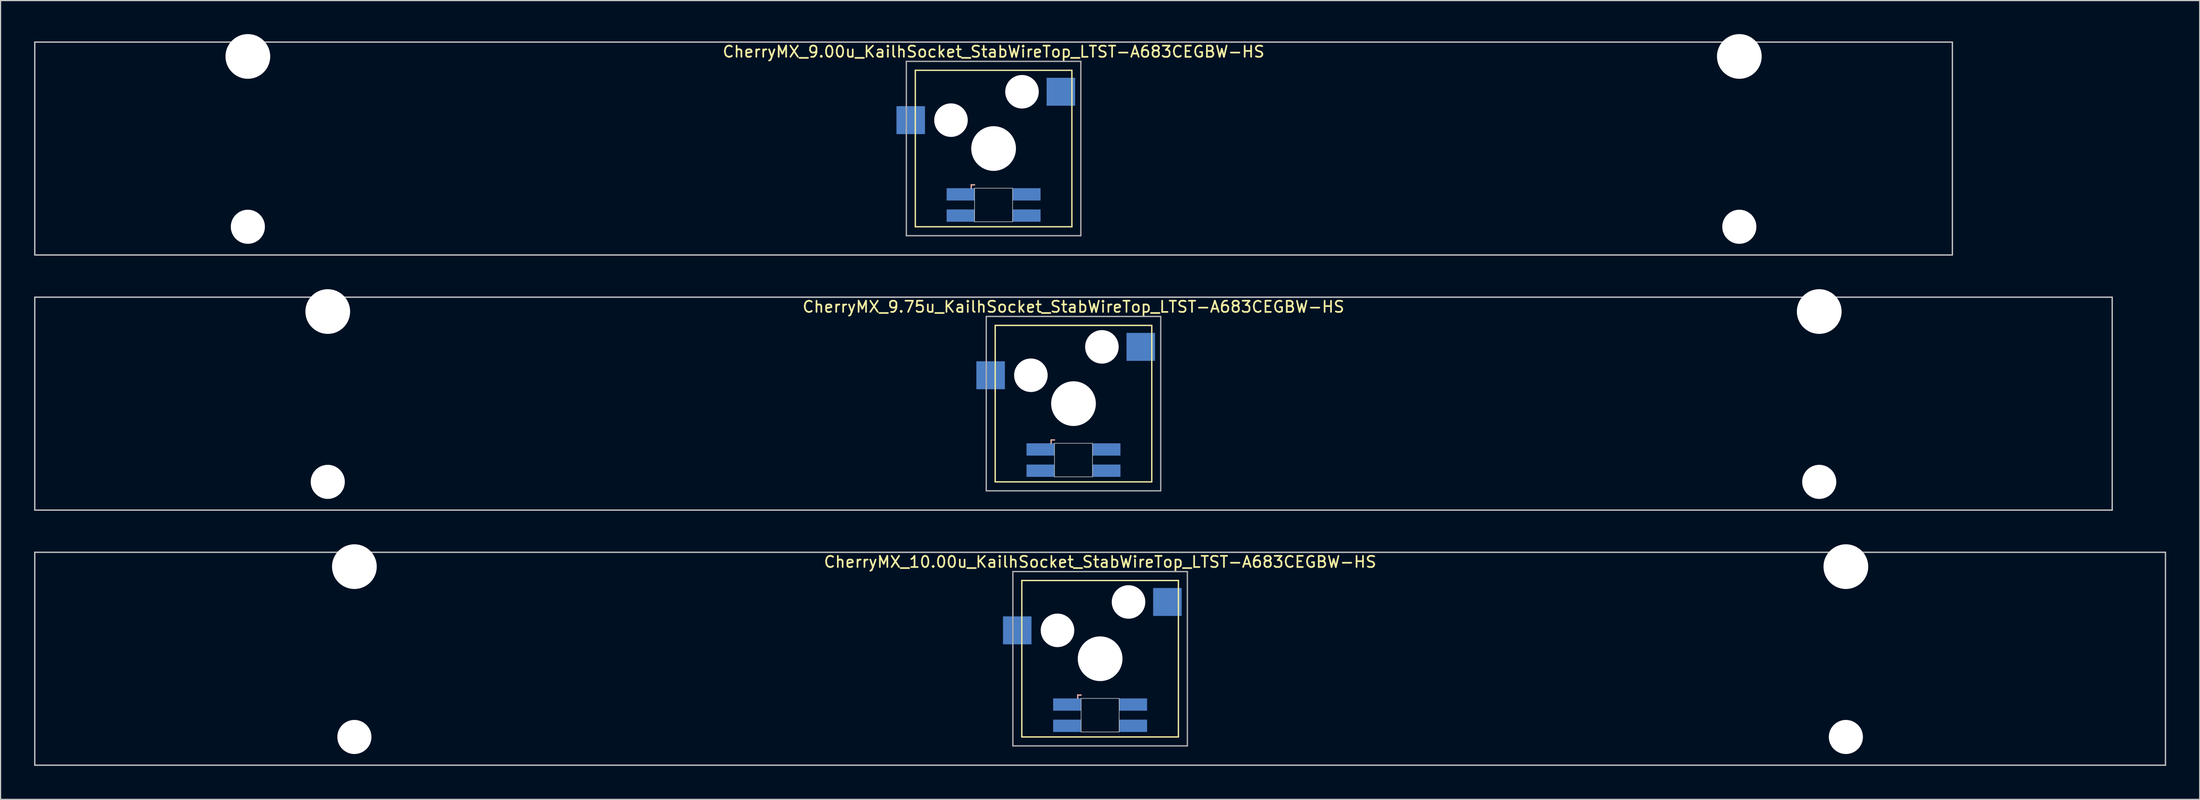
<source format=kicad_pcb>
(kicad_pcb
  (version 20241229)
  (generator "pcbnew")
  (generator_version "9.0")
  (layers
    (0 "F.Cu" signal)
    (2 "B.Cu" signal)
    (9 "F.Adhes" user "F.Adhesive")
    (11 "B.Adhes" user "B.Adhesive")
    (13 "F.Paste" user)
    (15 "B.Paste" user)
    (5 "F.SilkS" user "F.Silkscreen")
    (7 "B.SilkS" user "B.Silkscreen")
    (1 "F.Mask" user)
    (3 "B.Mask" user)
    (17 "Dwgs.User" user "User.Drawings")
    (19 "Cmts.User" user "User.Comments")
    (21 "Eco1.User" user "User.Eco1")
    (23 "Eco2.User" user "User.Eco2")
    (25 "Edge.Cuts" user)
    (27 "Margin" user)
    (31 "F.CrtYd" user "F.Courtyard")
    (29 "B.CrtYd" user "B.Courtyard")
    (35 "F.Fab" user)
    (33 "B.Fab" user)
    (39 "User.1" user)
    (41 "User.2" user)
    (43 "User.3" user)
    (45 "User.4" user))
  (footprint "CherryMX_9.00u_KailhSocket_StabWireTop_LTST-A683CEGBW-HS"
    (layer "F.Cu")
    (at 85.785 10.24)
    (property "Reference" "CherryMX_9.00u_KailhSocket_StabWireTop_LTST-A683CEGBW-HS" (at 0 -8.662 0) (layer "F.SilkS") (effects (font (size 1 1) (thickness 0.15))))
    (attr through_hole)
    (fp_line (start -7 -7) (end -7 7) (stroke (width 0.12) (type solid)) (layer "F.SilkS"))
    (fp_line (start -7 -7) (end 7 -7) (stroke (width 0.12) (type solid)) (layer "F.SilkS"))
    (fp_line (start 7 -7) (end 7 7) (stroke (width 0.12) (type solid)) (layer "F.SilkS"))
    (fp_line (start 7 7) (end -7 7) (stroke (width 0.12) (type solid)) (layer "F.SilkS"))
    (fp_line (start -2 3.25) (end -2 3.55) (stroke (width 0.12) (type solid)) (layer "B.SilkS"))
    (fp_line (start -1.7 3.25) (end -2 3.25) (stroke (width 0.12) (type solid)) (layer "B.SilkS"))
    (fp_line (start -85.725 -9.525) (end 85.725 -9.525) (stroke (width 0.12) (type solid)) (layer "Dwgs.User"))
    (fp_line (start -85.725 9.525) (end -85.725 -9.525) (stroke (width 0.12) (type solid)) (layer "Dwgs.User"))
    (fp_line (start 85.725 -9.525) (end 85.725 9.525) (stroke (width 0.12) (type solid)) (layer "Dwgs.User"))
    (fp_line (start 85.725 9.525) (end -85.725 9.525) (stroke (width 0.12) (type solid)) (layer "Dwgs.User"))
    (fp_line (start -1.7 3.55) (end 1.7 3.55) (stroke (width 0.05) (type solid)) (layer "Edge.Cuts"))
    (fp_line (start -1.7 6.55) (end -1.7 3.55) (stroke (width 0.05) (type solid)) (layer "Edge.Cuts"))
    (fp_line (start 1.7 3.55) (end 1.7 6.55) (stroke (width 0.05) (type solid)) (layer "Edge.Cuts"))
    (fp_line (start 1.7 6.55) (end -1.7 6.55) (stroke (width 0.05) (type solid)) (layer "Edge.Cuts"))
    (fp_line (start -7.8 -7.8) (end -7.8 7.8) (stroke (width 0.12) (type solid)) (layer "F.Fab"))
    (fp_line (start -7.8 -7.8) (end 7.8 -7.8) (stroke (width 0.12) (type solid)) (layer "F.Fab"))
    (fp_line (start -7.8 7.8) (end 7.8 7.8) (stroke (width 0.12) (type solid)) (layer "F.Fab"))
    (fp_line (start 7.8 -7.8) (end 7.8 7.8) (stroke (width 0.12) (type solid)) (layer "F.Fab"))
    (pad "" np_thru_hole circle (at -66.675 -8.24) (size 4 4) (drill 4) (layers "*.Cu" "*.Mask"))
    (pad "" np_thru_hole circle (at -66.675 7) (size 3.05 3.05) (drill 3.05) (layers "*.Cu" "*.Mask"))
    (pad "" np_thru_hole circle (at -3.81 -2.54) (size 3 3) (drill 3) (layers "*.Cu" "*.Mask"))
    (pad "" np_thru_hole circle (at 0 0) (size 4 4) (drill 4) (layers "*.Cu" "*.Mask"))
    (pad "" np_thru_hole circle (at 2.54 -5.08) (size 3 3) (drill 3) (layers "*.Cu" "*.Mask"))
    (pad "" np_thru_hole circle (at 66.675 -8.24) (size 4 4) (drill 4) (layers "*.Cu" "*.Mask"))
    (pad "" np_thru_hole circle (at 66.675 7) (size 3.05 3.05) (drill 3.05) (layers "*.Cu" "*.Mask"))
    (pad "1" smd rect (at -7.41 -2.54) (size 2.55 2.5) (layers "B.Cu" "B.Mask" "B.Paste"))
    (pad "2" smd rect (at 6.015 -5.08) (size 2.55 2.5) (layers "B.Cu" "B.Mask" "B.Paste"))
    (pad "3" smd rect (at -2.95 4.1) (size 2.5 1.1) (layers "B.Cu" "B.Mask" "B.Paste"))
    (pad "4" smd rect (at -2.95 6) (size 2.5 1.1) (layers "B.Cu" "B.Mask" "B.Paste"))
    (pad "5" smd rect (at 2.95 4.1) (size 2.5 1.1) (layers "B.Cu" "B.Mask" "B.Paste"))
    (pad "6" smd rect (at 2.95 6) (size 2.5 1.1) (layers "B.Cu" "B.Mask" "B.Paste")))
  (footprint "CherryMX_9.75u_KailhSocket_StabWireTop_LTST-A683CEGBW-HS"
    (layer "F.Cu")
    (at 92.929 33.065)
    (property "Reference" "CherryMX_9.75u_KailhSocket_StabWireTop_LTST-A683CEGBW-HS" (at 0 -8.662 0) (layer "F.SilkS") (effects (font (size 1 1) (thickness 0.15))))
    (attr through_hole)
    (fp_line (start -7 -7) (end -7 7) (stroke (width 0.12) (type solid)) (layer "F.SilkS"))
    (fp_line (start -7 -7) (end 7 -7) (stroke (width 0.12) (type solid)) (layer "F.SilkS"))
    (fp_line (start 7 -7) (end 7 7) (stroke (width 0.12) (type solid)) (layer "F.SilkS"))
    (fp_line (start 7 7) (end -7 7) (stroke (width 0.12) (type solid)) (layer "F.SilkS"))
    (fp_line (start -2 3.25) (end -2 3.55) (stroke (width 0.12) (type solid)) (layer "B.SilkS"))
    (fp_line (start -1.7 3.25) (end -2 3.25) (stroke (width 0.12) (type solid)) (layer "B.SilkS"))
    (fp_line (start -92.869 -9.525) (end 92.869 -9.525) (stroke (width 0.12) (type solid)) (layer "Dwgs.User"))
    (fp_line (start -92.869 9.525) (end -92.869 -9.525) (stroke (width 0.12) (type solid)) (layer "Dwgs.User"))
    (fp_line (start 92.869 -9.525) (end 92.869 9.525) (stroke (width 0.12) (type solid)) (layer "Dwgs.User"))
    (fp_line (start 92.869 9.525) (end -92.869 9.525) (stroke (width 0.12) (type solid)) (layer "Dwgs.User"))
    (fp_line (start -1.7 3.55) (end 1.7 3.55) (stroke (width 0.05) (type solid)) (layer "Edge.Cuts"))
    (fp_line (start -1.7 6.55) (end -1.7 3.55) (stroke (width 0.05) (type solid)) (layer "Edge.Cuts"))
    (fp_line (start 1.7 3.55) (end 1.7 6.55) (stroke (width 0.05) (type solid)) (layer "Edge.Cuts"))
    (fp_line (start 1.7 6.55) (end -1.7 6.55) (stroke (width 0.05) (type solid)) (layer "Edge.Cuts"))
    (fp_line (start -7.8 -7.8) (end -7.8 7.8) (stroke (width 0.12) (type solid)) (layer "F.Fab"))
    (fp_line (start -7.8 -7.8) (end 7.8 -7.8) (stroke (width 0.12) (type solid)) (layer "F.Fab"))
    (fp_line (start -7.8 7.8) (end 7.8 7.8) (stroke (width 0.12) (type solid)) (layer "F.Fab"))
    (fp_line (start 7.8 -7.8) (end 7.8 7.8) (stroke (width 0.12) (type solid)) (layer "F.Fab"))
    (pad "" np_thru_hole circle (at -66.675 -8.24) (size 4 4) (drill 4) (layers "*.Cu" "*.Mask"))
    (pad "" np_thru_hole circle (at -66.675 7) (size 3.05 3.05) (drill 3.05) (layers "*.Cu" "*.Mask"))
    (pad "" np_thru_hole circle (at -3.81 -2.54) (size 3 3) (drill 3) (layers "*.Cu" "*.Mask"))
    (pad "" np_thru_hole circle (at 0 0) (size 4 4) (drill 4) (layers "*.Cu" "*.Mask"))
    (pad "" np_thru_hole circle (at 2.54 -5.08) (size 3 3) (drill 3) (layers "*.Cu" "*.Mask"))
    (pad "" np_thru_hole circle (at 66.675 -8.24) (size 4 4) (drill 4) (layers "*.Cu" "*.Mask"))
    (pad "" np_thru_hole circle (at 66.675 7) (size 3.05 3.05) (drill 3.05) (layers "*.Cu" "*.Mask"))
    (pad "1" smd rect (at -7.41 -2.54) (size 2.55 2.5) (layers "B.Cu" "B.Mask" "B.Paste"))
    (pad "2" smd rect (at 6.015 -5.08) (size 2.55 2.5) (layers "B.Cu" "B.Mask" "B.Paste"))
    (pad "3" smd rect (at -2.95 4.1) (size 2.5 1.1) (layers "B.Cu" "B.Mask" "B.Paste"))
    (pad "4" smd rect (at -2.95 6) (size 2.5 1.1) (layers "B.Cu" "B.Mask" "B.Paste"))
    (pad "5" smd rect (at 2.95 4.1) (size 2.5 1.1) (layers "B.Cu" "B.Mask" "B.Paste"))
    (pad "6" smd rect (at 2.95 6) (size 2.5 1.1) (layers "B.Cu" "B.Mask" "B.Paste")))
  (footprint "CherryMX_10.00u_KailhSocket_StabWireTop_LTST-A683CEGBW-HS"
    (layer "F.Cu")
    (at 95.31 55.89)
    (property "Reference" "CherryMX_10.00u_KailhSocket_StabWireTop_LTST-A683CEGBW-HS" (at 0 -8.662 0) (layer "F.SilkS") (effects (font (size 1 1) (thickness 0.15))))
    (attr through_hole)
    (fp_line (start -7 -7) (end -7 7) (stroke (width 0.12) (type solid)) (layer "F.SilkS"))
    (fp_line (start -7 -7) (end 7 -7) (stroke (width 0.12) (type solid)) (layer "F.SilkS"))
    (fp_line (start 7 -7) (end 7 7) (stroke (width 0.12) (type solid)) (layer "F.SilkS"))
    (fp_line (start 7 7) (end -7 7) (stroke (width 0.12) (type solid)) (layer "F.SilkS"))
    (fp_line (start -2 3.25) (end -2 3.55) (stroke (width 0.12) (type solid)) (layer "B.SilkS"))
    (fp_line (start -1.7 3.25) (end -2 3.25) (stroke (width 0.12) (type solid)) (layer "B.SilkS"))
    (fp_line (start -95.25 -9.525) (end 95.25 -9.525) (stroke (width 0.12) (type solid)) (layer "Dwgs.User"))
    (fp_line (start -95.25 9.525) (end -95.25 -9.525) (stroke (width 0.12) (type solid)) (layer "Dwgs.User"))
    (fp_line (start 95.25 -9.525) (end 95.25 9.525) (stroke (width 0.12) (type solid)) (layer "Dwgs.User"))
    (fp_line (start 95.25 9.525) (end -95.25 9.525) (stroke (width 0.12) (type solid)) (layer "Dwgs.User"))
    (fp_line (start -1.7 3.55) (end 1.7 3.55) (stroke (width 0.05) (type solid)) (layer "Edge.Cuts"))
    (fp_line (start -1.7 6.55) (end -1.7 3.55) (stroke (width 0.05) (type solid)) (layer "Edge.Cuts"))
    (fp_line (start 1.7 3.55) (end 1.7 6.55) (stroke (width 0.05) (type solid)) (layer "Edge.Cuts"))
    (fp_line (start 1.7 6.55) (end -1.7 6.55) (stroke (width 0.05) (type solid)) (layer "Edge.Cuts"))
    (fp_line (start -7.8 -7.8) (end -7.8 7.8) (stroke (width 0.12) (type solid)) (layer "F.Fab"))
    (fp_line (start -7.8 -7.8) (end 7.8 -7.8) (stroke (width 0.12) (type solid)) (layer "F.Fab"))
    (fp_line (start -7.8 7.8) (end 7.8 7.8) (stroke (width 0.12) (type solid)) (layer "F.Fab"))
    (fp_line (start 7.8 -7.8) (end 7.8 7.8) (stroke (width 0.12) (type solid)) (layer "F.Fab"))
    (pad "" np_thru_hole circle (at -66.675 -8.24) (size 4 4) (drill 4) (layers "*.Cu" "*.Mask"))
    (pad "" np_thru_hole circle (at -66.675 7) (size 3.05 3.05) (drill 3.05) (layers "*.Cu" "*.Mask"))
    (pad "" np_thru_hole circle (at -3.81 -2.54) (size 3 3) (drill 3) (layers "*.Cu" "*.Mask"))
    (pad "" np_thru_hole circle (at 0 0) (size 4 4) (drill 4) (layers "*.Cu" "*.Mask"))
    (pad "" np_thru_hole circle (at 2.54 -5.08) (size 3 3) (drill 3) (layers "*.Cu" "*.Mask"))
    (pad "" np_thru_hole circle (at 66.675 -8.24) (size 4 4) (drill 4) (layers "*.Cu" "*.Mask"))
    (pad "" np_thru_hole circle (at 66.675 7) (size 3.05 3.05) (drill 3.05) (layers "*.Cu" "*.Mask"))
    (pad "1" smd rect (at -7.41 -2.54) (size 2.55 2.5) (layers "B.Cu" "B.Mask" "B.Paste"))
    (pad "2" smd rect (at 6.015 -5.08) (size 2.55 2.5) (layers "B.Cu" "B.Mask" "B.Paste"))
    (pad "3" smd rect (at -2.95 4.1) (size 2.5 1.1) (layers "B.Cu" "B.Mask" "B.Paste"))
    (pad "4" smd rect (at -2.95 6) (size 2.5 1.1) (layers "B.Cu" "B.Mask" "B.Paste"))
    (pad "5" smd rect (at 2.95 4.1) (size 2.5 1.1) (layers "B.Cu" "B.Mask" "B.Paste"))
    (pad "6" smd rect (at 2.95 6) (size 2.5 1.1) (layers "B.Cu" "B.Mask" "B.Paste")))
  (gr_rect
    (start -3 -3)
    (end 193.62 68.475)
    (stroke (width 0.1) (type default))
    (fill no)
    (layer "Edge.Cuts")))
</source>
